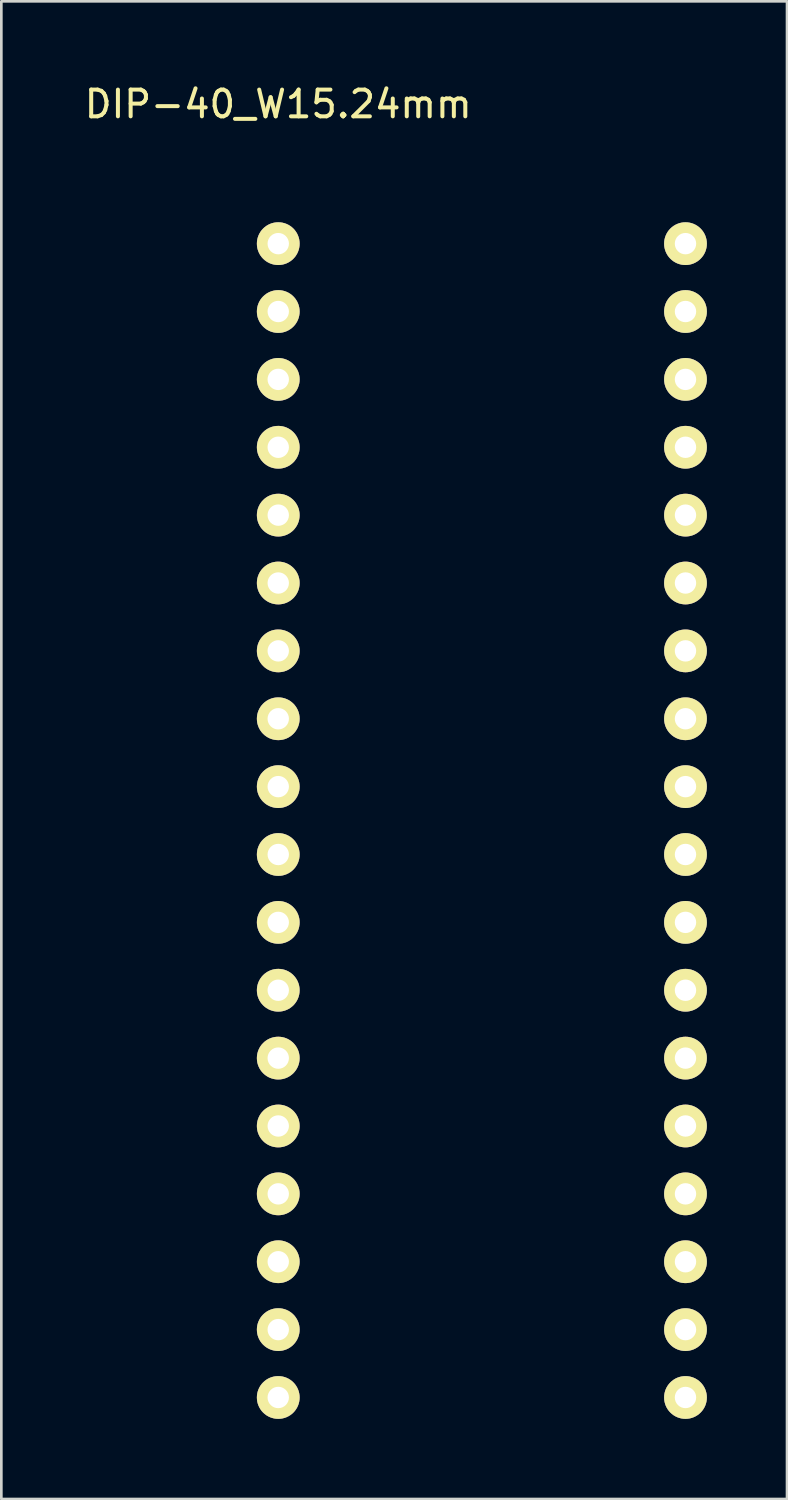
<source format=kicad_pcb>
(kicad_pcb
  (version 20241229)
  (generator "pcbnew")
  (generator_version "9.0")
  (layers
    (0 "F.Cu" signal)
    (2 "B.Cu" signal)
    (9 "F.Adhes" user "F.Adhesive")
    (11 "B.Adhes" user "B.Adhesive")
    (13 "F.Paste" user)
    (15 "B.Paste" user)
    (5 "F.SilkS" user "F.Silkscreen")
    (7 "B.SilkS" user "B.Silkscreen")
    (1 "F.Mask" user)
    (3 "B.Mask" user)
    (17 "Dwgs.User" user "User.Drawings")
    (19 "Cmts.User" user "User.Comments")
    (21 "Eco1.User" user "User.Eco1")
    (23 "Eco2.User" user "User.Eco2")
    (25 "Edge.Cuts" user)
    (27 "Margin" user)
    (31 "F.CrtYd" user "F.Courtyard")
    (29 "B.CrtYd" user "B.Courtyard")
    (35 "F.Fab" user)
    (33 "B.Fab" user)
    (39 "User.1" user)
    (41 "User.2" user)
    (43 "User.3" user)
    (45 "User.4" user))
  (footprint "DIP-40_W15.24mm"
    (layer "F.Cu")
    (at 7.363 6.068)
    (property "Reference" "DIP-40_W15.24mm" (at 0 -5.22 0) (layer "F.SilkS") (effects (font (size 1 1) (thickness 0.15))))
    (attr through_hole)
    (pad "1" thru_hole oval (at 0 0) (size 1.6 1.6) (drill 0.8) (layers "*.Cu" "*.Mask" "F.SilkS"))
    (pad "2" thru_hole oval (at 0 2.54) (size 1.6 1.6) (drill 0.8) (layers "*.Cu" "*.Mask" "F.SilkS"))
    (pad "3" thru_hole oval (at 0 5.08) (size 1.6 1.6) (drill 0.8) (layers "*.Cu" "*.Mask" "F.SilkS"))
    (pad "4" thru_hole oval (at 0 7.62) (size 1.6 1.6) (drill 0.8) (layers "*.Cu" "*.Mask" "F.SilkS"))
    (pad "5" thru_hole oval (at 0 10.16) (size 1.6 1.6) (drill 0.8) (layers "*.Cu" "*.Mask" "F.SilkS"))
    (pad "6" thru_hole oval (at 0 12.7) (size 1.6 1.6) (drill 0.8) (layers "*.Cu" "*.Mask" "F.SilkS"))
    (pad "7" thru_hole oval (at 0 15.24) (size 1.6 1.6) (drill 0.8) (layers "*.Cu" "*.Mask" "F.SilkS"))
    (pad "8" thru_hole oval (at 0 17.78) (size 1.6 1.6) (drill 0.8) (layers "*.Cu" "*.Mask" "F.SilkS"))
    (pad "9" thru_hole oval (at 0 20.32) (size 1.6 1.6) (drill 0.8) (layers "*.Cu" "*.Mask" "F.SilkS"))
    (pad "10" thru_hole oval (at 0 22.86) (size 1.6 1.6) (drill 0.8) (layers "*.Cu" "*.Mask" "F.SilkS"))
    (pad "11" thru_hole oval (at 0 25.4) (size 1.6 1.6) (drill 0.8) (layers "*.Cu" "*.Mask" "F.SilkS"))
    (pad "12" thru_hole oval (at 0 27.94) (size 1.6 1.6) (drill 0.8) (layers "*.Cu" "*.Mask" "F.SilkS"))
    (pad "13" thru_hole oval (at 0 30.48) (size 1.6 1.6) (drill 0.8) (layers "*.Cu" "*.Mask" "F.SilkS"))
    (pad "14" thru_hole oval (at 0 33.02) (size 1.6 1.6) (drill 0.8) (layers "*.Cu" "*.Mask" "F.SilkS"))
    (pad "15" thru_hole oval (at 0 35.56) (size 1.6 1.6) (drill 0.8) (layers "*.Cu" "*.Mask" "F.SilkS"))
    (pad "16" thru_hole oval (at 0 38.1) (size 1.6 1.6) (drill 0.8) (layers "*.Cu" "*.Mask" "F.SilkS"))
    (pad "17" thru_hole oval (at 0 40.64) (size 1.6 1.6) (drill 0.8) (layers "*.Cu" "*.Mask" "F.SilkS"))
    (pad "18" thru_hole oval (at 0 43.18) (size 1.6 1.6) (drill 0.8) (layers "*.Cu" "*.Mask" "F.SilkS"))
    (pad "19" thru_hole oval (at 15.24 43.18) (size 1.6 1.6) (drill 0.8) (layers "*.Cu" "*.Mask" "F.SilkS"))
    (pad "20" thru_hole oval (at 15.24 40.64) (size 1.6 1.6) (drill 0.8) (layers "*.Cu" "*.Mask" "F.SilkS"))
    (pad "21" thru_hole oval (at 15.24 38.1) (size 1.6 1.6) (drill 0.8) (layers "*.Cu" "*.Mask" "F.SilkS"))
    (pad "22" thru_hole oval (at 15.24 35.56) (size 1.6 1.6) (drill 0.8) (layers "*.Cu" "*.Mask" "F.SilkS"))
    (pad "23" thru_hole oval (at 15.24 33.02) (size 1.6 1.6) (drill 0.8) (layers "*.Cu" "*.Mask" "F.SilkS"))
    (pad "24" thru_hole oval (at 15.24 30.48) (size 1.6 1.6) (drill 0.8) (layers "*.Cu" "*.Mask" "F.SilkS"))
    (pad "25" thru_hole oval (at 15.24 27.94) (size 1.6 1.6) (drill 0.8) (layers "*.Cu" "*.Mask" "F.SilkS"))
    (pad "26" thru_hole oval (at 15.24 25.4) (size 1.6 1.6) (drill 0.8) (layers "*.Cu" "*.Mask" "F.SilkS"))
    (pad "27" thru_hole oval (at 15.24 22.86) (size 1.6 1.6) (drill 0.8) (layers "*.Cu" "*.Mask" "F.SilkS"))
    (pad "28" thru_hole oval (at 15.24 20.32) (size 1.6 1.6) (drill 0.8) (layers "*.Cu" "*.Mask" "F.SilkS"))
    (pad "29" thru_hole oval (at 15.24 17.78) (size 1.6 1.6) (drill 0.8) (layers "*.Cu" "*.Mask" "F.SilkS"))
    (pad "30" thru_hole oval (at 15.24 15.24) (size 1.6 1.6) (drill 0.8) (layers "*.Cu" "*.Mask" "F.SilkS"))
    (pad "31" thru_hole oval (at 15.24 12.7) (size 1.6 1.6) (drill 0.8) (layers "*.Cu" "*.Mask" "F.SilkS"))
    (pad "32" thru_hole oval (at 15.24 10.16) (size 1.6 1.6) (drill 0.8) (layers "*.Cu" "*.Mask" "F.SilkS"))
    (pad "33" thru_hole oval (at 15.24 7.62) (size 1.6 1.6) (drill 0.8) (layers "*.Cu" "*.Mask" "F.SilkS"))
    (pad "34" thru_hole oval (at 15.24 5.08) (size 1.6 1.6) (drill 0.8) (layers "*.Cu" "*.Mask" "F.SilkS"))
    (pad "35" thru_hole oval (at 15.24 2.54) (size 1.6 1.6) (drill 0.8) (layers "*.Cu" "*.Mask" "F.SilkS"))
    (pad "36" thru_hole oval (at 15.24 0) (size 1.6 1.6) (drill 0.8) (layers "*.Cu" "*.Mask" "F.SilkS")))
  (gr_rect
    (start -3 -3)
    (end 26.403 53.048)
    (stroke (width 0.1) (type default))
    (fill no)
    (layer "Edge.Cuts")))
</source>
